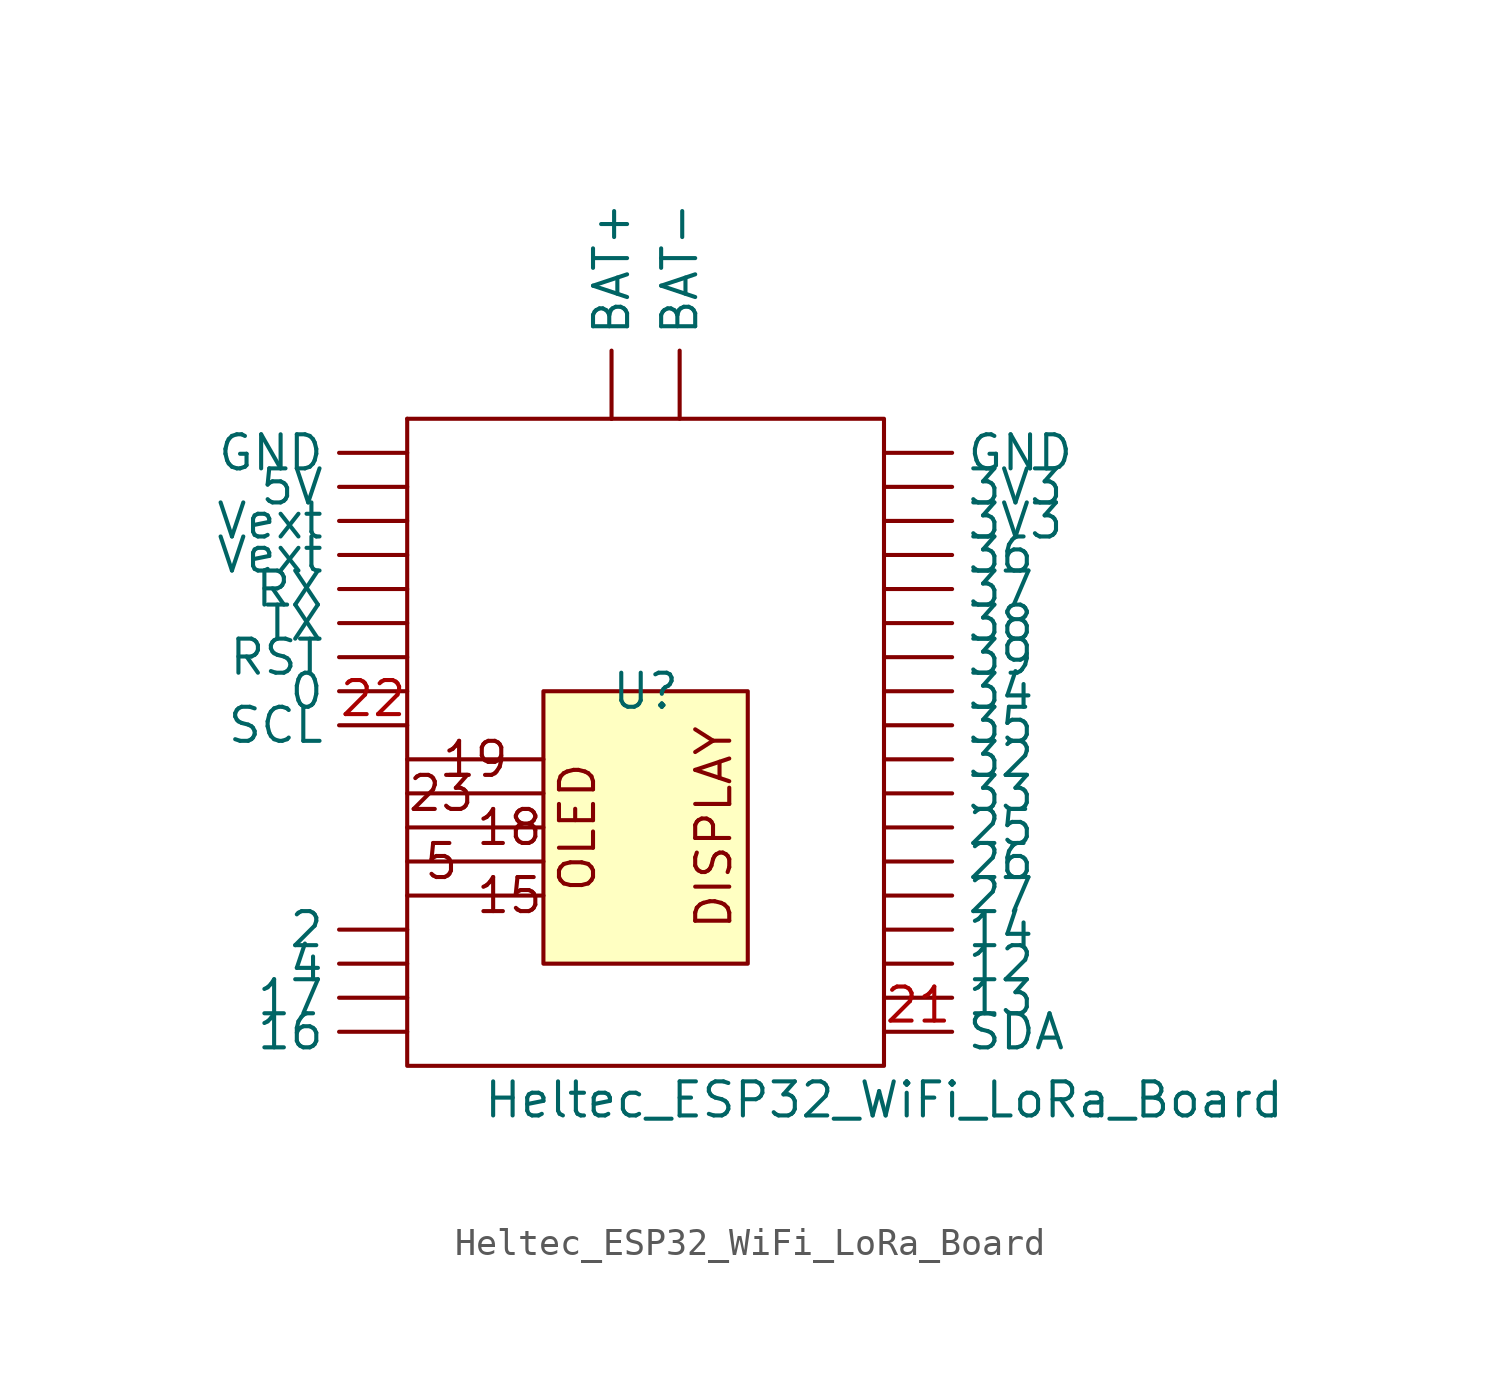
<source format=kicad_sym>
(kicad_symbol_lib
  (version 20211014)
  (generator kicad_symbol_editor)
  (symbol "Heltec_ESP32_WiFi_LoRa_Board"
    (property "Reference" "U"
      (at 0 0 0)
      (effects (font (size 1.27 1.27))))
    (property "Value" "Heltec_ESP32_WiFi_LoRa_Board"
      (at 8.89 -15.24 0)
      (effects (font (size 1.27 1.27))))
    (symbol "Heltec_ESP32_WiFi_LoRa_Board_0_0"
      (polyline (pts (xy -8.89 -7.62) (xy -3.81 -7.62)) (stroke (width 0) (type default) (color 0 0 0 0)) (fill (type none)))
      (polyline (pts (xy -8.89 -6.35) (xy -3.81 -6.35)) (stroke (width 0) (type default) (color 0 0 0 0)) (fill (type none)))
      (polyline (pts (xy -8.89 -5.08) (xy -3.81 -5.08)) (stroke (width 0) (type default) (color 0 0 0 0)) (fill (type none)))
      (polyline (pts (xy -8.89 -3.81) (xy -3.81 -3.81)) (stroke (width 0) (type default) (color 0 0 0 0)) (fill (type none)))
      (polyline (pts (xy -8.89 -2.54) (xy -3.81 -2.54)) (stroke (width 0) (type default) (color 0 0 0 0)) (fill (type none)))
      (text "" (at -10.16 8.89 0) (effects (font (size 1.27 1.27))))
      (text "" (at 10.16 -12.7 0) (effects (font (size 1.27 1.27))))
      (text "15" (at -5.08 -7.62 0) (effects (font (size 1.27 1.27))))
      (text "18" (at -5.08 -5.08 0) (effects (font (size 1.27 1.27))))
      (text "19" (at -6.35 -2.54 0) (effects (font (size 1.27 1.27))))
      (text "23" (at -7.62 -3.81 0) (effects (font (size 1.27 1.27))))
      (text "5" (at -7.62 -6.35 0) (effects (font (size 1.27 1.27))))
      (text "DISPLAY" (at 2.54 -5.08 900) (effects (font (size 1.27 1.27))))
      (text "OLED" (at -2.54 -5.08 900) (effects (font (size 1.27 1.27)))))
    (symbol "Heltec_ESP32_WiFi_LoRa_Board_0_1"
      (rectangle (start -3.81 0) (end 3.81 -10.16) (stroke (width 0) (type default) (color 0 0 0 0)) (fill (type background)))
      (polyline (pts (xy -8.89 10.16) (xy -1.27 10.16)) (stroke (width 0) (type default) (color 0 0 0 0)) (fill (type none)))
      (polyline (pts (xy -1.27 10.16) (xy 8.89 10.16) (xy 8.89 -13.97) (xy -8.89 -13.97) (xy -8.89 10.16)) (stroke (width 0) (type default) (color 0 0 0 0)) (fill (type none))))
    (symbol "Heltec_ESP32_WiFi_LoRa_Board_1_1"
      (pin input line (at -8.89 0 180) (length 2.54) (name "0" (effects (font (size 1.27 1.27)))) (number "" (effects (font (size 1.27 1.27)))))
      (pin input line (at 8.89 -10.16 0) (length 2.54) (name "12" (effects (font (size 1.27 1.27)))) (number "" (effects (font (size 1.27 1.27)))))
      (pin input line (at 8.89 -11.43 0) (length 2.54) (name "13" (effects (font (size 1.27 1.27)))) (number "" (effects (font (size 1.27 1.27)))))
      (pin input line (at 8.89 -8.89 0) (length 2.54) (name "14" (effects (font (size 1.27 1.27)))) (number "" (effects (font (size 1.27 1.27)))))
      (pin input line (at -8.89 -12.7 180) (length 2.54) (name "16" (effects (font (size 1.27 1.27)))) (number "" (effects (font (size 1.27 1.27)))))
      (pin input line (at -8.89 -11.43 180) (length 2.54) (name "17" (effects (font (size 1.27 1.27)))) (number "" (effects (font (size 1.27 1.27)))))
      (pin input line (at -8.89 -8.89 180) (length 2.54) (name "2" (effects (font (size 1.27 1.27)))) (number "" (effects (font (size 1.27 1.27)))))
      (pin input line (at 8.89 -5.08 0) (length 2.54) (name "25" (effects (font (size 1.27 1.27)))) (number "" (effects (font (size 1.27 1.27)))))
      (pin input line (at 8.89 -6.35 0) (length 2.54) (name "26" (effects (font (size 1.27 1.27)))) (number "" (effects (font (size 1.27 1.27)))))
      (pin input line (at 8.89 -7.62 0) (length 2.54) (name "27" (effects (font (size 1.27 1.27)))) (number "" (effects (font (size 1.27 1.27)))))
      (pin input line (at 8.89 -2.54 0) (length 2.54) (name "32" (effects (font (size 1.27 1.27)))) (number "" (effects (font (size 1.27 1.27)))))
      (pin input line (at 8.89 -3.81 0) (length 2.54) (name "33" (effects (font (size 1.27 1.27)))) (number "" (effects (font (size 1.27 1.27)))))
      (pin input line (at 8.89 0 0) (length 2.54) (name "34" (effects (font (size 1.27 1.27)))) (number "" (effects (font (size 1.27 1.27)))))
      (pin input line (at 8.89 -1.27 0) (length 2.54) (name "35" (effects (font (size 1.27 1.27)))) (number "" (effects (font (size 1.27 1.27)))))
      (pin input line (at 8.89 5.08 0) (length 2.54) (name "36" (effects (font (size 1.27 1.27)))) (number "" (effects (font (size 1.27 1.27)))))
      (pin input line (at 8.89 3.81 0) (length 2.54) (name "37" (effects (font (size 1.27 1.27)))) (number "" (effects (font (size 1.27 1.27)))))
      (pin input line (at 8.89 2.54 0) (length 2.54) (name "38" (effects (font (size 1.27 1.27)))) (number "" (effects (font (size 1.27 1.27)))))
      (pin input line (at 8.89 1.27 0) (length 2.54) (name "39" (effects (font (size 1.27 1.27)))) (number "" (effects (font (size 1.27 1.27)))))
      (pin input line (at 8.89 6.35 0) (length 2.54) (name "3V3" (effects (font (size 1.27 1.27)))) (number "" (effects (font (size 1.27 1.27)))))
      (pin input line (at 8.89 7.62 0) (length 2.54) (name "3V3" (effects (font (size 1.27 1.27)))) (number "" (effects (font (size 1.27 1.27)))))
      (pin input line (at -8.89 -10.16 180) (length 2.54) (name "4" (effects (font (size 1.27 1.27)))) (number "" (effects (font (size 1.27 1.27)))))
      (pin input line (at -8.89 7.62 180) (length 2.54) (name "5V" (effects (font (size 1.27 1.27)))) (number "" (effects (font (size 1.27 1.27)))))
      (pin input line (at -1.27 10.16 90) (length 2.54) (name "BAT+" (effects (font (size 1.27 1.27)))) (number "" (effects (font (size 1.27 1.27)))))
      (pin input line (at 1.27 10.16 90) (length 2.54) (name "BAT-" (effects (font (size 1.27 1.27)))) (number "" (effects (font (size 1.27 1.27)))))
      (pin input line (at -8.89 8.89 180) (length 2.54) (name "GND" (effects (font (size 1.27 1.27)))) (number "" (effects (font (size 1.27 1.27)))))
      (pin input line (at 8.89 8.89 0) (length 2.54) (name "GND" (effects (font (size 1.27 1.27)))) (number "" (effects (font (size 1.27 1.27)))))
      (pin input line (at -8.89 1.27 180) (length 2.54) (name "RST" (effects (font (size 1.27 1.27)))) (number "" (effects (font (size 1.27 1.27)))))
      (pin input line (at -8.89 3.81 180) (length 2.54) (name "RX" (effects (font (size 1.27 1.27)))) (number "" (effects (font (size 1.27 1.27)))))
      (pin input line (at -8.89 2.54 180) (length 2.54) (name "TX" (effects (font (size 1.27 1.27)))) (number "" (effects (font (size 1.27 1.27)))))
      (pin input line (at -8.89 5.08 180) (length 2.54) (name "Vext" (effects (font (size 1.27 1.27)))) (number "" (effects (font (size 1.27 1.27)))))
      (pin input line (at -8.89 6.35 180) (length 2.54) (name "Vext" (effects (font (size 1.27 1.27)))) (number "" (effects (font (size 1.27 1.27)))))
      (pin input line (at 8.89 -12.7 0) (length 2.54) (name "SDA" (effects (font (size 1.27 1.27)))) (number "21" (effects (font (size 1.27 1.27)))))
      (pin input line (at -8.89 -1.27 180) (length 2.54) (name "SCL" (effects (font (size 1.27 1.27)))) (number "22" (effects (font (size 1.27 1.27))))))))
</source>
